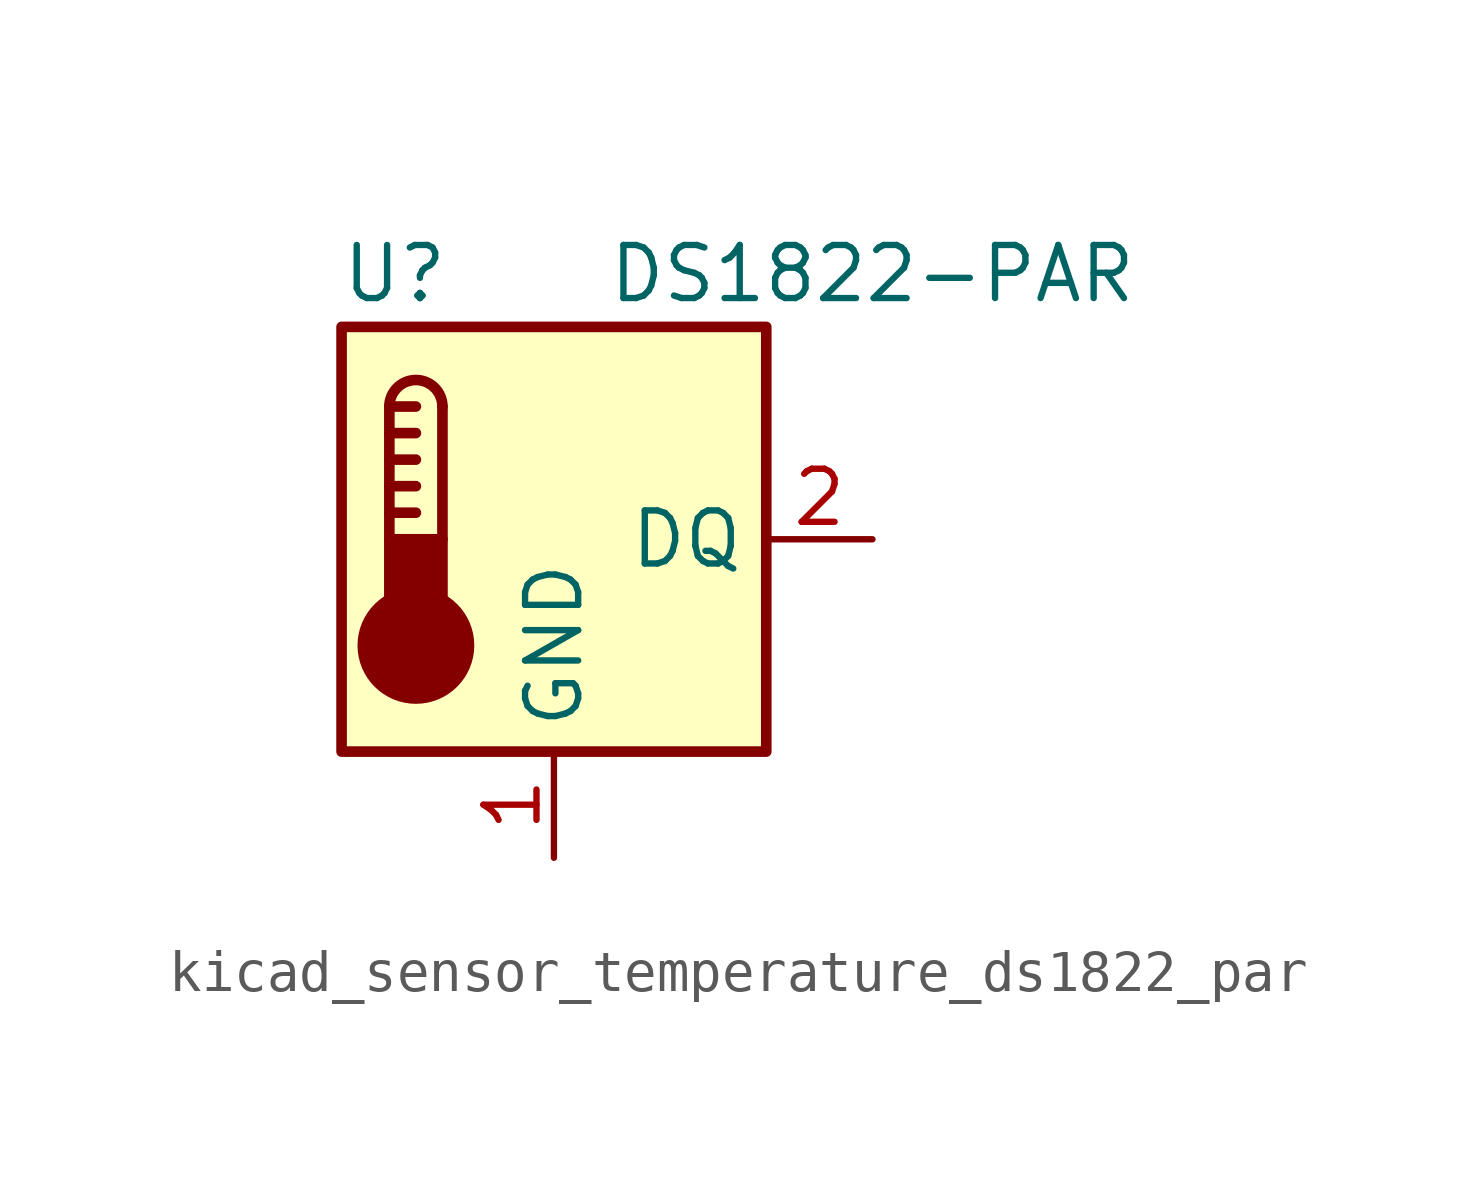
<source format=kicad_sym>
(kicad_symbol_lib
  (version 20220914)
  (generator kicad_symbol_editor)
  (symbol "kicad_sensor_temperature_ds1822_par"
    (property "Reference" "U"
      (at -3.81 6.35 0)
      (effects (font (size 1.27 1.27))))
    (property "Value" "DS1822-PAR"
      (at 7.62 6.35 0)
      (effects (font (size 1.27 1.27))))
    (symbol "kicad_sensor_temperature_ds1822_par_0_1"
      (rectangle (start -5.08 5.08) (end 5.08 -5.08) (stroke (width 0.254) (type default)) (fill (type background)))
      (circle (center -3.302 -2.54) (radius 1.27) (stroke (width 0.254) (type default)) (fill (type outline)))
      (rectangle (start -2.667 -1.905) (end -3.937 0) (stroke (width 0.254) (type default)) (fill (type outline)))
      (arc (start -2.667 3.175) (mid -3.302 3.8073) (end -3.937 3.175) (stroke (width 0.254) (type default)) (fill (type none)))
      (polyline (pts (xy -3.937 0.635) (xy -3.302 0.635)) (stroke (width 0.254) (type default)) (fill (type none)))
      (polyline (pts (xy -3.937 1.27) (xy -3.302 1.27)) (stroke (width 0.254) (type default)) (fill (type none)))
      (polyline (pts (xy -3.937 1.905) (xy -3.302 1.905)) (stroke (width 0.254) (type default)) (fill (type none)))
      (polyline (pts (xy -3.937 2.54) (xy -3.302 2.54)) (stroke (width 0.254) (type default)) (fill (type none)))
      (polyline (pts (xy -3.937 3.175) (xy -3.937 0)) (stroke (width 0.254) (type default)) (fill (type none)))
      (polyline (pts (xy -3.937 3.175) (xy -3.302 3.175)) (stroke (width 0.254) (type default)) (fill (type none)))
      (polyline (pts (xy -2.667 3.175) (xy -2.667 0)) (stroke (width 0.254) (type default)) (fill (type none))))
    (symbol "kicad_sensor_temperature_ds1822_par_1_1"
      (pin power_in line (at 0 -7.62 90) (length 2.54) (name "GND" (effects (font (size 1.27 1.27)))) (number "1" (effects (font (size 1.27 1.27)))))
      (pin bidirectional line (at 7.62 0 180) (length 2.54) (name "DQ" (effects (font (size 1.27 1.27)))) (number "2" (effects (font (size 1.27 1.27)))))
      (pin no_connect line (at 5.08 2.54 180) (length 2.54) hide (name "NC" (effects (font (size 1.27 1.27)))) (number "3" (effects (font (size 1.27 1.27))))))))
</source>
